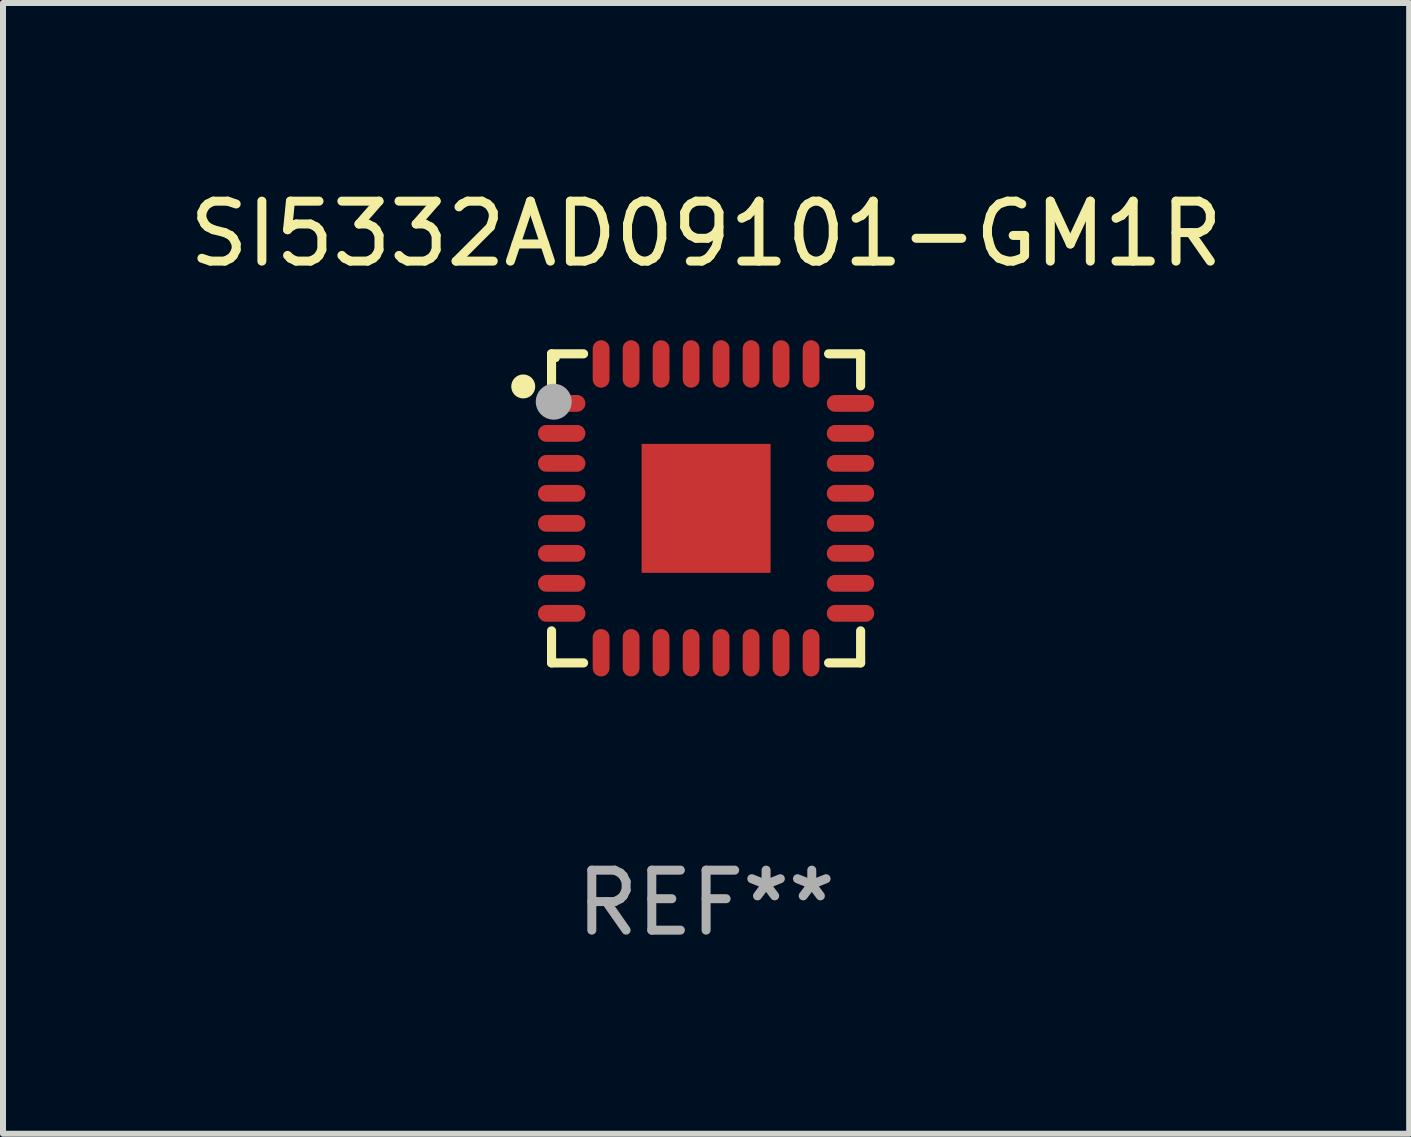
<source format=kicad_pcb>
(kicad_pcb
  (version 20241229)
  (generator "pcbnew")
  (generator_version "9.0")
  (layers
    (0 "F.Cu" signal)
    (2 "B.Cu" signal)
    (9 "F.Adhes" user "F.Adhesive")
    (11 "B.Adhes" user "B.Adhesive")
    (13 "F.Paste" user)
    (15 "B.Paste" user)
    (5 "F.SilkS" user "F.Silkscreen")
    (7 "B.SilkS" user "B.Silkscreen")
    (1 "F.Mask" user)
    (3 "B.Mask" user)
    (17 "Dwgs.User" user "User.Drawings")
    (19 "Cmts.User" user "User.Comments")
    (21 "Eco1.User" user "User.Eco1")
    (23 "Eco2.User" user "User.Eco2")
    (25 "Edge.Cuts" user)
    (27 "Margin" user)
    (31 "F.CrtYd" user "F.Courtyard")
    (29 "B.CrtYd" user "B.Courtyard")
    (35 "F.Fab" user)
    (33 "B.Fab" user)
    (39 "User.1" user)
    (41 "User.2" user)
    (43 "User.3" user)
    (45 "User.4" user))
  (footprint "SI5332AD09101-GM1R"
    (layer "F.Cu")
    (at 8.72 5.424)
    (property "Reference" "SI5332AD09101-GM1R" (at 0 -4.576 0) (layer "F.SilkS") (effects (font (size 1 1) (thickness 0.15))))
    (attr through_hole)
    (fp_line (start -2.576 -2.576) (end -2.042 -2.576) (stroke (width 0.152) (type solid)) (layer "F.SilkS"))
    (fp_line (start -2.576 -2.042) (end -2.576 -2.576) (stroke (width 0.152) (type solid)) (layer "F.SilkS"))
    (fp_line (start -2.576 2.042) (end -2.576 2.576) (stroke (width 0.152) (type solid)) (layer "F.SilkS"))
    (fp_line (start -2.576 2.576) (end -2.042 2.576) (stroke (width 0.152) (type solid)) (layer "F.SilkS"))
    (fp_line (start 2.576 -2.576) (end 2.042 -2.576) (stroke (width 0.152) (type solid)) (layer "F.SilkS"))
    (fp_line (start 2.576 -2.042) (end 2.576 -2.576) (stroke (width 0.152) (type solid)) (layer "F.SilkS"))
    (fp_line (start 2.576 2.042) (end 2.576 2.576) (stroke (width 0.152) (type solid)) (layer "F.SilkS"))
    (fp_line (start 2.576 2.576) (end 2.042 2.576) (stroke (width 0.152) (type solid)) (layer "F.SilkS"))
    (fp_circle (center -3.048 -2.032) (end -2.948 -2.032) (stroke (width 0.2) (type solid)) (fill no) (layer "F.SilkS"))
    (fp_circle (center -2.5 -2.5) (end -2.47 -2.5) (stroke (width 0.06) (type solid)) (fill no) (layer "F.SilkS"))
    (fp_circle (center -2.54 -1.778) (end -2.39 -1.778) (stroke (width 0.3) (type solid)) (fill no) (layer "F.Fab"))
    (fp_text user "REF**" (at 0 6.576 0) (layer "F.Fab") (effects (font (size 1 1) (thickness 0.15))))
    (pad "1" smd oval (at -2.407 -1.75) (size 0.79 0.28) (layers "F.Cu" "F.Mask" "F.Paste"))
    (pad "2" smd oval (at -2.407 -1.25) (size 0.79 0.28) (layers "F.Cu" "F.Mask" "F.Paste"))
    (pad "3" smd oval (at -2.407 -0.75) (size 0.79 0.28) (layers "F.Cu" "F.Mask" "F.Paste"))
    (pad "4" smd oval (at -2.407 -0.25) (size 0.79 0.28) (layers "F.Cu" "F.Mask" "F.Paste"))
    (pad "5" smd oval (at -2.407 0.25) (size 0.79 0.28) (layers "F.Cu" "F.Mask" "F.Paste"))
    (pad "6" smd oval (at -2.407 0.75) (size 0.79 0.28) (layers "F.Cu" "F.Mask" "F.Paste"))
    (pad "7" smd oval (at -2.407 1.25) (size 0.79 0.28) (layers "F.Cu" "F.Mask" "F.Paste"))
    (pad "8" smd oval (at -2.407 1.75) (size 0.79 0.28) (layers "F.Cu" "F.Mask" "F.Paste"))
    (pad "9" smd oval (at -1.75 2.407) (size 0.28 0.79) (layers "F.Cu" "F.Mask" "F.Paste"))
    (pad "10" smd oval (at -1.25 2.407) (size 0.28 0.79) (layers "F.Cu" "F.Mask" "F.Paste"))
    (pad "11" smd oval (at -0.75 2.407) (size 0.28 0.79) (layers "F.Cu" "F.Mask" "F.Paste"))
    (pad "12" smd oval (at -0.25 2.407) (size 0.28 0.79) (layers "F.Cu" "F.Mask" "F.Paste"))
    (pad "13" smd oval (at 0.25 2.407) (size 0.28 0.79) (layers "F.Cu" "F.Mask" "F.Paste"))
    (pad "14" smd oval (at 0.75 2.407) (size 0.28 0.79) (layers "F.Cu" "F.Mask" "F.Paste"))
    (pad "15" smd oval (at 1.25 2.407) (size 0.28 0.79) (layers "F.Cu" "F.Mask" "F.Paste"))
    (pad "16" smd oval (at 1.75 2.407) (size 0.28 0.79) (layers "F.Cu" "F.Mask" "F.Paste"))
    (pad "17" smd oval (at 2.407 1.75) (size 0.79 0.28) (layers "F.Cu" "F.Mask" "F.Paste"))
    (pad "18" smd oval (at 2.407 1.25) (size 0.79 0.28) (layers "F.Cu" "F.Mask" "F.Paste"))
    (pad "19" smd oval (at 2.407 0.75) (size 0.79 0.28) (layers "F.Cu" "F.Mask" "F.Paste"))
    (pad "20" smd oval (at 2.407 0.25) (size 0.79 0.28) (layers "F.Cu" "F.Mask" "F.Paste"))
    (pad "21" smd oval (at 2.407 -0.25) (size 0.79 0.28) (layers "F.Cu" "F.Mask" "F.Paste"))
    (pad "22" smd oval (at 2.407 -0.75) (size 0.79 0.28) (layers "F.Cu" "F.Mask" "F.Paste"))
    (pad "23" smd oval (at 2.407 -1.25) (size 0.79 0.28) (layers "F.Cu" "F.Mask" "F.Paste"))
    (pad "24" smd oval (at 2.407 -1.75) (size 0.79 0.28) (layers "F.Cu" "F.Mask" "F.Paste"))
    (pad "25" smd oval (at 1.75 -2.407) (size 0.28 0.79) (layers "F.Cu" "F.Mask" "F.Paste"))
    (pad "26" smd oval (at 1.25 -2.407) (size 0.28 0.79) (layers "F.Cu" "F.Mask" "F.Paste"))
    (pad "27" smd oval (at 0.75 -2.407) (size 0.28 0.79) (layers "F.Cu" "F.Mask" "F.Paste"))
    (pad "28" smd oval (at 0.25 -2.407) (size 0.28 0.79) (layers "F.Cu" "F.Mask" "F.Paste"))
    (pad "29" smd oval (at -0.25 -2.407) (size 0.28 0.79) (layers "F.Cu" "F.Mask" "F.Paste"))
    (pad "30" smd oval (at -0.75 -2.407) (size 0.28 0.79) (layers "F.Cu" "F.Mask" "F.Paste"))
    (pad "31" smd oval (at -1.25 -2.407) (size 0.28 0.79) (layers "F.Cu" "F.Mask" "F.Paste"))
    (pad "32" smd oval (at -1.75 -2.407) (size 0.28 0.79) (layers "F.Cu" "F.Mask" "F.Paste"))
    (pad "33" smd rect (at -0.000013 0.000013) (size 2.15 2.15) (layers "F.Cu" "F.Mask" "F.Paste")))
  (gr_rect
    (start -3 -3)
    (end 20.44 15.849)
    (stroke (width 0.1) (type default))
    (fill no)
    (layer "Edge.Cuts")))
</source>
